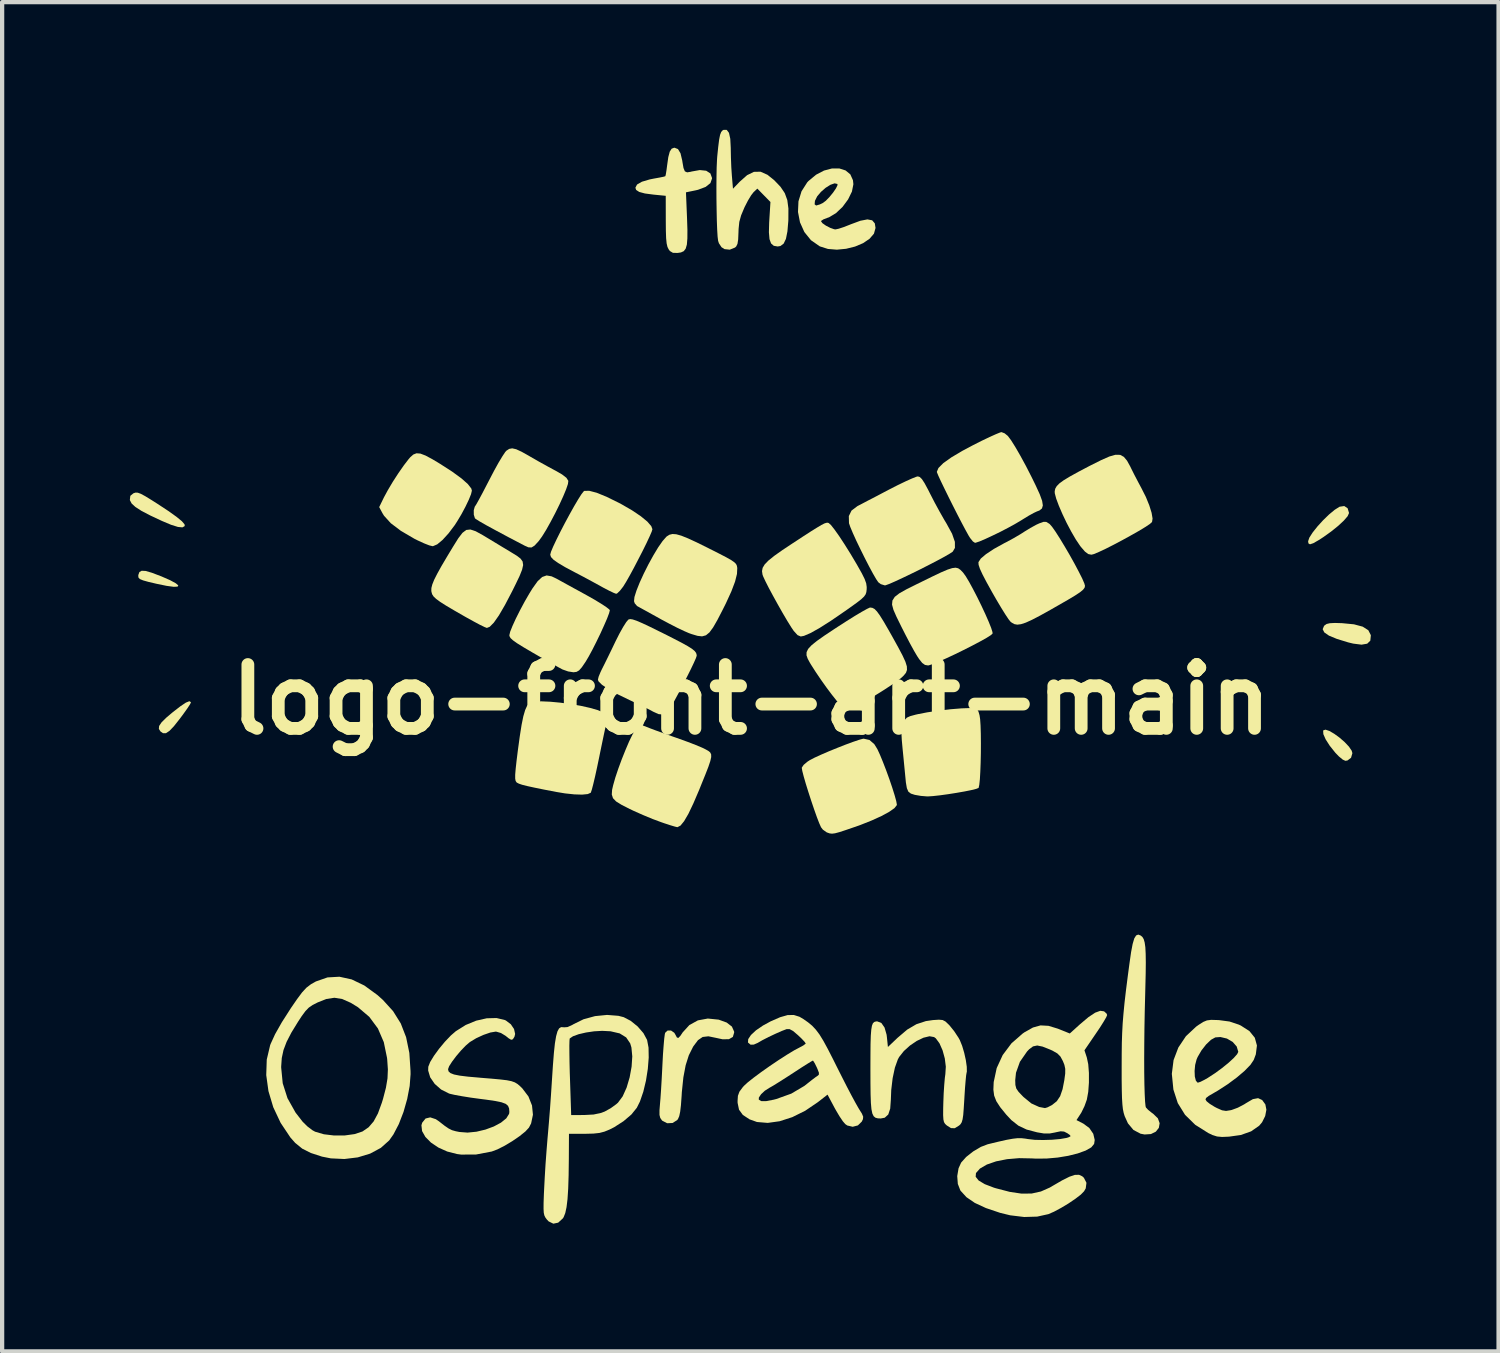
<source format=kicad_pcb>
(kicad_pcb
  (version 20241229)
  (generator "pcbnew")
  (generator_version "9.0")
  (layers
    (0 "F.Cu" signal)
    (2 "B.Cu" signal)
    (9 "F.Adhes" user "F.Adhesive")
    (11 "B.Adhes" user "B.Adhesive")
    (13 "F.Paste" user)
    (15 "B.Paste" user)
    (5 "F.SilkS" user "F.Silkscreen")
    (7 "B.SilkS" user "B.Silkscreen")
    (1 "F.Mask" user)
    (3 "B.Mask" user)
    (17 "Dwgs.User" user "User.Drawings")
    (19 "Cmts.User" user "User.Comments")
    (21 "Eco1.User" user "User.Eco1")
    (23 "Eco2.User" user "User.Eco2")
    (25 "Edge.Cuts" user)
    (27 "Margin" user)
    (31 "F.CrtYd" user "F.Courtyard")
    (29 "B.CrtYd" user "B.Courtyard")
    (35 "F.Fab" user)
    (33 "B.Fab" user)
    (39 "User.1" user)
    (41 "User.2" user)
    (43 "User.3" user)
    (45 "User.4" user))
  (footprint "logo-front-art-main"
    (layer "F.Cu")
    (at 14.593 13.379)
    (property "Reference" "logo-front-art-main" (at 0 0 0) (layer "F.SilkS") (effects (font (size 1.5 1.5) (thickness 0.3))))
    (attr board_only exclude_from_pos_files exclude_from_bom)
    (fp_poly (pts (xy -13.162 0.06) (xy -13.16 0.074) (xy -13.183 0.118) (xy -13.244 0.211) (xy -13.335 0.338) (xy -13.421 0.454) (xy -13.558 0.627) (xy -13.663 0.737) (xy -13.745 0.791) (xy -13.813 0.792) (xy -13.872 0.752) (xy -13.912 0.691) (xy -13.906 0.622) (xy -13.849 0.537) (xy -13.736 0.425) (xy -13.594 0.305) (xy -13.409 0.161) (xy -13.278 0.073) (xy -13.196 0.04)) (stroke (width 0) (type solid)) (fill yes) (layer "F.SilkS"))
    (fp_poly (pts (xy 13.58 0.739) (xy 13.695 0.806) (xy 13.82 0.897) (xy 13.939 1.001) (xy 14.039 1.107) (xy 14.103 1.202) (xy 14.12 1.26) (xy 14.088 1.369) (xy 14.005 1.432) (xy 13.955 1.44) (xy 13.894 1.412) (xy 13.804 1.338) (xy 13.719 1.25) (xy 13.588 1.086) (xy 13.492 0.936) (xy 13.438 0.814) (xy 13.433 0.732) (xy 13.437 0.725) (xy 13.489 0.708)) (stroke (width 0) (type solid)) (fill yes) (layer "F.SilkS"))
    (fp_poly (pts (xy -14.221 -3.019) (xy -14.076 -2.977) (xy -13.871 -2.899) (xy -13.857 -2.894) (xy -13.647 -2.802) (xy -13.513 -2.729) (xy -13.455 -2.679) (xy -13.473 -2.651) (xy -13.564 -2.647) (xy -13.729 -2.669) (xy -13.967 -2.718) (xy -13.967 -2.718) (xy -14.158 -2.763) (xy -14.283 -2.798) (xy -14.356 -2.828) (xy -14.389 -2.86) (xy -14.396 -2.901) (xy -14.393 -2.929) (xy -14.369 -2.994) (xy -14.315 -3.024)) (stroke (width 0) (type solid)) (fill yes) (layer "F.SilkS"))
    (fp_poly (pts (xy 13.877 -1.793) (xy 14.157 -1.766) (xy 14.362 -1.711) (xy 14.494 -1.627) (xy 14.552 -1.514) (xy 14.553 -1.502) (xy 14.541 -1.382) (xy 14.468 -1.311) (xy 14.335 -1.288) (xy 14.139 -1.313) (xy 14.02 -1.342) (xy 13.756 -1.423) (xy 13.57 -1.5) (xy 13.46 -1.576) (xy 13.422 -1.651) (xy 13.454 -1.728) (xy 13.467 -1.741) (xy 13.515 -1.774) (xy 13.591 -1.792) (xy 13.711 -1.798)) (stroke (width 0) (type solid)) (fill yes) (layer "F.SilkS"))
    (fp_poly (pts (xy 14.008 -4.492) (xy 14.04 -4.385) (xy 14.04 -4.377) (xy 14.008 -4.305) (xy 13.92 -4.203) (xy 13.787 -4.079) (xy 13.622 -3.946) (xy 13.436 -3.813) (xy 13.331 -3.745) (xy 13.202 -3.671) (xy 13.124 -3.645) (xy 13.088 -3.666) (xy 13.08 -3.716) (xy 13.109 -3.802) (xy 13.186 -3.922) (xy 13.298 -4.063) (xy 13.431 -4.209) (xy 13.571 -4.345) (xy 13.705 -4.456) (xy 13.818 -4.527) (xy 13.821 -4.528) (xy 13.929 -4.544)) (stroke (width 0) (type solid)) (fill yes) (layer "F.SilkS"))
    (fp_poly (pts (xy -14.406 -4.857) (xy -14.335 -4.831) (xy -14.233 -4.776) (xy -14.086 -4.686) (xy -13.952 -4.601) (xy -13.691 -4.429) (xy -13.499 -4.292) (xy -13.372 -4.188) (xy -13.309 -4.115) (xy -13.304 -4.074) (xy -13.358 -4.043) (xy -13.464 -4.053) (xy -13.626 -4.104) (xy -13.84 -4.194) (xy -14.115 -4.323) (xy -14.32 -4.43) (xy -14.463 -4.522) (xy -14.551 -4.603) (xy -14.59 -4.677) (xy -14.593 -4.692) (xy -14.582 -4.784) (xy -14.511 -4.842) (xy -14.505 -4.845) (xy -14.458 -4.86)) (stroke (width 0) (type solid)) (fill yes) (layer "F.SilkS"))
    (fp_poly (pts (xy -7.77 -5.776) (xy -7.649 -5.73) (xy -7.487 -5.643) (xy -7.307 -5.535) (xy -7.023 -5.352) (xy -6.805 -5.193) (xy -6.655 -5.06) (xy -6.574 -4.956) (xy -6.56 -4.906) (xy -6.58 -4.822) (xy -6.634 -4.689) (xy -6.712 -4.526) (xy -6.805 -4.352) (xy -6.905 -4.185) (xy -6.963 -4.095) (xy -7.11 -3.9) (xy -7.25 -3.747) (xy -7.374 -3.644) (xy -7.472 -3.602) (xy -7.484 -3.601) (xy -7.561 -3.62) (xy -7.686 -3.669) (xy -7.838 -3.739) (xy -7.908 -3.774) (xy -8.226 -3.96) (xy -8.464 -4.14) (xy -8.623 -4.315) (xy -8.66 -4.375) (xy -8.737 -4.519) (xy -8.625 -4.749) (xy -8.534 -4.917) (xy -8.417 -5.114) (xy -8.286 -5.316) (xy -8.157 -5.501) (xy -8.044 -5.648) (xy -8.005 -5.693) (xy -7.935 -5.754) (xy -7.861 -5.783)) (stroke (width 0) (type solid)) (fill yes) (layer "F.SilkS"))
    (fp_poly (pts (xy -6.471 -3.952) (xy -6.307 -3.862) (xy -6.196 -3.795) (xy -6.017 -3.687) (xy -5.832 -3.575) (xy -5.672 -3.479) (xy -5.628 -3.452) (xy -5.504 -3.376) (xy -5.418 -3.31) (xy -5.369 -3.242) (xy -5.356 -3.158) (xy -5.381 -3.048) (xy -5.441 -2.898) (xy -5.538 -2.696) (xy -5.616 -2.539) (xy -5.783 -2.22) (xy -5.925 -1.976) (xy -6.045 -1.805) (xy -6.141 -1.708) (xy -6.208 -1.681) (xy -6.26 -1.701) (xy -6.368 -1.753) (xy -6.514 -1.831) (xy -6.686 -1.926) (xy -6.718 -1.944) (xy -6.972 -2.09) (xy -7.165 -2.204) (xy -7.305 -2.293) (xy -7.4 -2.363) (xy -7.461 -2.421) (xy -7.494 -2.473) (xy -7.509 -2.527) (xy -7.513 -2.551) (xy -7.511 -2.619) (xy -7.49 -2.702) (xy -7.447 -2.81) (xy -7.376 -2.951) (xy -7.274 -3.135) (xy -7.135 -3.37) (xy -7.002 -3.59) (xy -6.881 -3.784) (xy -6.783 -3.913) (xy -6.693 -3.982) (xy -6.595 -3.993)) (stroke (width 0) (type solid)) (fill yes) (layer "F.SilkS"))
    (fp_poly (pts (xy 8.665 -5.746) (xy 8.752 -5.699) (xy 8.828 -5.608) (xy 8.904 -5.47) (xy 8.928 -5.42) (xy 8.999 -5.278) (xy 9.089 -5.106) (xy 9.167 -4.96) (xy 9.27 -4.756) (xy 9.35 -4.559) (xy 9.404 -4.385) (xy 9.427 -4.249) (xy 9.414 -4.168) (xy 9.361 -4.121) (xy 9.251 -4.048) (xy 9.097 -3.955) (xy 8.913 -3.851) (xy 8.715 -3.742) (xy 8.515 -3.636) (xy 8.328 -3.541) (xy 8.168 -3.466) (xy 8.05 -3.416) (xy 7.991 -3.401) (xy 7.916 -3.416) (xy 7.839 -3.474) (xy 7.743 -3.585) (xy 7.724 -3.61) (xy 7.625 -3.757) (xy 7.518 -3.941) (xy 7.41 -4.145) (xy 7.311 -4.353) (xy 7.226 -4.55) (xy 7.163 -4.719) (xy 7.13 -4.845) (xy 7.128 -4.889) (xy 7.141 -4.952) (xy 7.176 -5.012) (xy 7.239 -5.076) (xy 7.339 -5.149) (xy 7.486 -5.238) (xy 7.687 -5.349) (xy 7.951 -5.488) (xy 7.973 -5.499) (xy 8.221 -5.623) (xy 8.411 -5.707) (xy 8.555 -5.748)) (stroke (width 0) (type solid)) (fill yes) (layer "F.SilkS"))
    (fp_poly (pts (xy -2.376 0.676) (xy -2.24 0.727) (xy -2.056 0.794) (xy -1.848 0.868) (xy -1.68 0.927) (xy -1.484 0.998) (xy -1.301 1.069) (xy -1.152 1.131) (xy -1.067 1.173) (xy -1.007 1.207) (xy -0.964 1.242) (xy -0.941 1.287) (xy -0.939 1.351) (xy -0.96 1.445) (xy -1.005 1.579) (xy -1.077 1.764) (xy -1.176 2.008) (xy -1.221 2.12) (xy -1.358 2.44) (xy -1.475 2.685) (xy -1.576 2.858) (xy -1.66 2.961) (xy -1.731 2.998) (xy -1.737 2.998) (xy -1.792 2.985) (xy -1.903 2.952) (xy -2.049 2.904) (xy -2.12 2.879) (xy -2.311 2.808) (xy -2.536 2.715) (xy -2.759 2.616) (xy -2.852 2.572) (xy -3.044 2.474) (xy -3.173 2.394) (xy -3.246 2.318) (xy -3.274 2.232) (xy -3.267 2.122) (xy -3.242 2.013) (xy -3.191 1.833) (xy -3.121 1.624) (xy -3.039 1.401) (xy -2.952 1.184) (xy -2.868 0.987) (xy -2.792 0.83) (xy -2.733 0.729) (xy -2.725 0.719) (xy -2.612 0.584)) (stroke (width 0) (type solid)) (fill yes) (layer "F.SilkS"))
    (fp_poly (pts (xy -5.52 -5.878) (xy -5.392 -5.819) (xy -5.215 -5.72) (xy -5.194 -5.707) (xy -5.006 -5.599) (xy -4.797 -5.483) (xy -4.611 -5.382) (xy -4.609 -5.382) (xy -4.442 -5.286) (xy -4.34 -5.207) (xy -4.296 -5.137) (xy -4.295 -5.133) (xy -4.304 -5.062) (xy -4.347 -4.936) (xy -4.416 -4.77) (xy -4.504 -4.578) (xy -4.605 -4.373) (xy -4.712 -4.17) (xy -4.816 -3.984) (xy -4.912 -3.829) (xy -4.992 -3.719) (xy -4.993 -3.718) (xy -5.088 -3.615) (xy -5.161 -3.57) (xy -5.236 -3.575) (xy -5.32 -3.613) (xy -5.691 -3.807) (xy -5.992 -3.968) (xy -6.223 -4.094) (xy -6.382 -4.185) (xy -6.471 -4.241) (xy -6.489 -4.257) (xy -6.515 -4.34) (xy -6.516 -4.446) (xy -6.492 -4.53) (xy -6.483 -4.542) (xy -6.453 -4.589) (xy -6.394 -4.695) (xy -6.313 -4.846) (xy -6.217 -5.031) (xy -6.143 -5.173) (xy -6.036 -5.378) (xy -5.934 -5.562) (xy -5.845 -5.71) (xy -5.778 -5.811) (xy -5.75 -5.843) (xy -5.684 -5.886) (xy -5.612 -5.899)) (stroke (width 0) (type solid)) (fill yes) (layer "F.SilkS"))
    (fp_poly (pts (xy -3.629 -4.856) (xy -3.396 -4.761) (xy -3.11 -4.62) (xy -3.04 -4.583) (xy -2.795 -4.441) (xy -2.592 -4.304) (xy -2.44 -4.179) (xy -2.347 -4.072) (xy -2.32 -3.999) (xy -2.338 -3.94) (xy -2.388 -3.825) (xy -2.461 -3.669) (xy -2.552 -3.485) (xy -2.653 -3.289) (xy -2.755 -3.093) (xy -2.853 -2.912) (xy -2.939 -2.761) (xy -3.006 -2.653) (xy -3.008 -2.65) (xy -3.083 -2.554) (xy -3.147 -2.493) (xy -3.172 -2.483) (xy -3.226 -2.503) (xy -3.332 -2.553) (xy -3.47 -2.625) (xy -3.54 -2.664) (xy -3.728 -2.767) (xy -3.932 -2.877) (xy -4.113 -2.972) (xy -4.138 -2.985) (xy -4.369 -3.108) (xy -4.535 -3.206) (xy -4.643 -3.283) (xy -4.702 -3.346) (xy -4.72 -3.401) (xy -4.72 -3.401) (xy -4.702 -3.47) (xy -4.651 -3.592) (xy -4.575 -3.753) (xy -4.481 -3.942) (xy -4.376 -4.144) (xy -4.267 -4.346) (xy -4.162 -4.534) (xy -4.066 -4.697) (xy -3.988 -4.82) (xy -3.934 -4.889) (xy -3.919 -4.9) (xy -3.804 -4.902)) (stroke (width 0) (type solid)) (fill yes) (layer "F.SilkS"))
    (fp_poly (pts (xy 2.846 -2.153) (xy 2.897 -2.126) (xy 2.953 -2.069) (xy 3.022 -1.974) (xy 3.11 -1.833) (xy 3.225 -1.635) (xy 3.313 -1.479) (xy 3.453 -1.226) (xy 3.555 -1.033) (xy 3.622 -0.887) (xy 3.656 -0.778) (xy 3.659 -0.695) (xy 3.635 -0.628) (xy 3.585 -0.566) (xy 3.532 -0.515) (xy 3.431 -0.436) (xy 3.284 -0.333) (xy 3.106 -0.217) (xy 2.915 -0.098) (xy 2.727 0.014) (xy 2.558 0.108) (xy 2.427 0.174) (xy 2.364 0.199) (xy 2.22 0.207) (xy 2.155 0.185) (xy 2.1 0.136) (xy 2.01 0.033) (xy 1.897 -0.11) (xy 1.77 -0.279) (xy 1.64 -0.462) (xy 1.516 -0.645) (xy 1.408 -0.814) (xy 1.38 -0.86) (xy 1.328 -0.956) (xy 1.299 -1.038) (xy 1.301 -1.113) (xy 1.338 -1.189) (xy 1.418 -1.275) (xy 1.546 -1.378) (xy 1.729 -1.507) (xy 1.972 -1.668) (xy 2.027 -1.704) (xy 2.24 -1.841) (xy 2.433 -1.962) (xy 2.596 -2.059) (xy 2.718 -2.127) (xy 2.786 -2.159) (xy 2.794 -2.16)) (stroke (width 0) (type solid)) (fill yes) (layer "F.SilkS"))
    (fp_poly (pts (xy 4.861 -3.082) (xy 4.913 -3.046) (xy 4.967 -2.991) (xy 4.977 -2.98) (xy 5.037 -2.898) (xy 5.117 -2.765) (xy 5.209 -2.596) (xy 5.309 -2.403) (xy 5.408 -2.201) (xy 5.5 -2.004) (xy 5.578 -1.826) (xy 5.636 -1.681) (xy 5.667 -1.582) (xy 5.669 -1.548) (xy 5.625 -1.509) (xy 5.522 -1.444) (xy 5.373 -1.361) (xy 5.191 -1.265) (xy 4.99 -1.163) (xy 4.784 -1.062) (xy 4.585 -0.969) (xy 4.409 -0.89) (xy 4.267 -0.833) (xy 4.174 -0.803) (xy 4.153 -0.8) (xy 4.082 -0.812) (xy 4.018 -0.857) (xy 3.944 -0.95) (xy 3.897 -1.021) (xy 3.825 -1.143) (xy 3.731 -1.314) (xy 3.626 -1.515) (xy 3.521 -1.722) (xy 3.51 -1.745) (xy 3.41 -1.948) (xy 3.341 -2.106) (xy 3.308 -2.228) (xy 3.317 -2.325) (xy 3.372 -2.411) (xy 3.479 -2.494) (xy 3.644 -2.587) (xy 3.872 -2.701) (xy 4.001 -2.764) (xy 4.262 -2.892) (xy 4.462 -2.987) (xy 4.612 -3.051) (xy 4.721 -3.086) (xy 4.801 -3.096)) (stroke (width 0) (type solid)) (fill yes) (layer "F.SilkS"))
    (fp_poly (pts (xy -4.72 0.052) (xy -4.486 0.074) (xy -4.24 0.107) (xy -3.999 0.149) (xy -3.781 0.198) (xy -3.6 0.25) (xy -3.475 0.304) (xy -3.439 0.329) (xy -3.38 0.415) (xy -3.38 0.474) (xy -3.396 0.532) (xy -3.424 0.656) (xy -3.462 0.832) (xy -3.507 1.048) (xy -3.557 1.29) (xy -3.567 1.34) (xy -3.618 1.585) (xy -3.666 1.805) (xy -3.709 1.986) (xy -3.743 2.117) (xy -3.766 2.185) (xy -3.769 2.19) (xy -3.839 2.221) (xy -3.972 2.234) (xy -4.155 2.228) (xy -4.373 2.205) (xy -4.56 2.174) (xy -4.859 2.117) (xy -5.089 2.07) (xy -5.259 2.033) (xy -5.378 2.003) (xy -5.455 1.977) (xy -5.501 1.953) (xy -5.514 1.942) (xy -5.533 1.911) (xy -5.543 1.857) (xy -5.543 1.768) (xy -5.532 1.633) (xy -5.511 1.442) (xy -5.481 1.2) (xy -5.435 0.863) (xy -5.393 0.597) (xy -5.352 0.395) (xy -5.309 0.248) (xy -5.264 0.149) (xy -5.213 0.09) (xy -5.191 0.075) (xy -5.089 0.05) (xy -4.927 0.043)) (stroke (width 0) (type solid)) (fill yes) (layer "F.SilkS"))
    (fp_poly (pts (xy -4.688 -2.893) (xy -4.582 -2.843) (xy -4.489 -2.792) (xy -4.344 -2.712) (xy -4.162 -2.612) (xy -3.961 -2.502) (xy -3.87 -2.452) (xy -3.682 -2.346) (xy -3.521 -2.248) (xy -3.4 -2.168) (xy -3.331 -2.113) (xy -3.32 -2.095) (xy -3.338 -2.026) (xy -3.385 -1.901) (xy -3.456 -1.738) (xy -3.541 -1.551) (xy -3.635 -1.357) (xy -3.729 -1.171) (xy -3.816 -1.01) (xy -3.887 -0.89) (xy -3.976 -0.759) (xy -4.042 -0.684) (xy -4.102 -0.649) (xy -4.172 -0.64) (xy -4.176 -0.64) (xy -4.299 -0.659) (xy -4.43 -0.705) (xy -4.442 -0.711) (xy -4.525 -0.756) (xy -4.661 -0.831) (xy -4.835 -0.93) (xy -5.03 -1.042) (xy -5.131 -1.1) (xy -5.343 -1.225) (xy -5.495 -1.319) (xy -5.595 -1.39) (xy -5.653 -1.443) (xy -5.677 -1.488) (xy -5.68 -1.51) (xy -5.661 -1.592) (xy -5.607 -1.727) (xy -5.528 -1.9) (xy -5.43 -2.095) (xy -5.322 -2.297) (xy -5.21 -2.491) (xy -5.137 -2.609) (xy -5.016 -2.778) (xy -4.91 -2.877) (xy -4.805 -2.914)) (stroke (width 0) (type solid)) (fill yes) (layer "F.SilkS"))
    (fp_poly (pts (xy -2.782 -1.88) (xy -2.692 -1.85) (xy -2.561 -1.794) (xy -2.38 -1.709) (xy -2.139 -1.59) (xy -2.111 -1.577) (xy -1.844 -1.442) (xy -1.641 -1.337) (xy -1.493 -1.255) (xy -1.391 -1.191) (xy -1.328 -1.139) (xy -1.294 -1.094) (xy -1.281 -1.049) (xy -1.28 -1.027) (xy -1.298 -0.972) (xy -1.347 -0.861) (xy -1.42 -0.708) (xy -1.51 -0.528) (xy -1.609 -0.336) (xy -1.709 -0.145) (xy -1.804 0.031) (xy -1.885 0.177) (xy -1.947 0.278) (xy -1.969 0.31) (xy -2.054 0.355) (xy -2.176 0.343) (xy -2.3 0.287) (xy -2.385 0.241) (xy -2.522 0.172) (xy -2.692 0.09) (xy -2.84 0.021) (xy -3.129 -0.119) (xy -3.351 -0.242) (xy -3.505 -0.346) (xy -3.587 -0.428) (xy -3.6 -0.467) (xy -3.583 -0.537) (xy -3.538 -0.646) (xy -3.505 -0.715) (xy -3.45 -0.824) (xy -3.371 -0.984) (xy -3.279 -1.173) (xy -3.185 -1.369) (xy -3.094 -1.549) (xy -3.008 -1.703) (xy -2.935 -1.818) (xy -2.885 -1.877) (xy -2.881 -1.879) (xy -2.842 -1.889)) (stroke (width 0) (type solid)) (fill yes) (layer "F.SilkS"))
    (fp_poly (pts (xy 2.779 0.951) (xy 2.892 1.05) (xy 2.963 1.165) (xy 3.025 1.299) (xy 3.096 1.472) (xy 3.172 1.669) (xy 3.246 1.873) (xy 3.313 2.071) (xy 3.368 2.246) (xy 3.406 2.383) (xy 3.421 2.467) (xy 3.42 2.481) (xy 3.364 2.552) (xy 3.241 2.638) (xy 3.061 2.736) (xy 2.835 2.839) (xy 2.572 2.944) (xy 2.425 2.996) (xy 2.218 3.067) (xy 2.071 3.115) (xy 1.97 3.142) (xy 1.899 3.151) (xy 1.844 3.145) (xy 1.789 3.126) (xy 1.773 3.12) (xy 1.683 3.056) (xy 1.64 3) (xy 1.598 2.906) (xy 1.542 2.761) (xy 1.478 2.58) (xy 1.41 2.379) (xy 1.343 2.173) (xy 1.282 1.977) (xy 1.233 1.807) (xy 1.2 1.678) (xy 1.188 1.606) (xy 1.189 1.599) (xy 1.233 1.534) (xy 1.324 1.458) (xy 1.377 1.424) (xy 1.486 1.367) (xy 1.641 1.296) (xy 1.826 1.216) (xy 2.025 1.135) (xy 2.221 1.058) (xy 2.398 0.993) (xy 2.54 0.945) (xy 2.629 0.921) (xy 2.643 0.92)) (stroke (width 0) (type solid)) (fill yes) (layer "F.SilkS"))
    (fp_poly (pts (xy 5.952 -6.252) (xy 6.028 -6.19) (xy 6.103 -6.09) (xy 6.203 -5.931) (xy 6.322 -5.725) (xy 6.452 -5.486) (xy 6.585 -5.226) (xy 6.68 -5.032) (xy 6.777 -4.82) (xy 6.833 -4.666) (xy 6.85 -4.558) (xy 6.829 -4.487) (xy 6.769 -4.439) (xy 6.713 -4.418) (xy 6.638 -4.383) (xy 6.52 -4.318) (xy 6.381 -4.233) (xy 6.353 -4.215) (xy 6.215 -4.133) (xy 6.045 -4.039) (xy 5.859 -3.942) (xy 5.672 -3.851) (xy 5.502 -3.772) (xy 5.364 -3.713) (xy 5.274 -3.683) (xy 5.256 -3.68) (xy 5.207 -3.712) (xy 5.141 -3.794) (xy 5.106 -3.85) (xy 5.032 -3.984) (xy 4.941 -4.155) (xy 4.839 -4.352) (xy 4.733 -4.561) (xy 4.629 -4.769) (xy 4.534 -4.963) (xy 4.453 -5.131) (xy 4.394 -5.259) (xy 4.363 -5.335) (xy 4.36 -5.348) (xy 4.398 -5.438) (xy 4.512 -5.552) (xy 4.7 -5.686) (xy 4.961 -5.841) (xy 5.215 -5.976) (xy 5.417 -6.078) (xy 5.599 -6.165) (xy 5.746 -6.231) (xy 5.844 -6.271) (xy 5.878 -6.28)) (stroke (width 0) (type solid)) (fill yes) (layer "F.SilkS"))
    (fp_poly (pts (xy 1.82 -4.145) (xy 1.872 -4.099) (xy 1.956 -3.993) (xy 2.066 -3.838) (xy 2.194 -3.643) (xy 2.334 -3.419) (xy 2.479 -3.175) (xy 2.496 -3.145) (xy 2.599 -2.962) (xy 2.665 -2.829) (xy 2.701 -2.728) (xy 2.713 -2.643) (xy 2.712 -2.588) (xy 2.705 -2.524) (xy 2.688 -2.471) (xy 2.651 -2.418) (xy 2.585 -2.355) (xy 2.478 -2.272) (xy 2.322 -2.16) (xy 2.2 -2.074) (xy 1.875 -1.851) (xy 1.606 -1.68) (xy 1.394 -1.561) (xy 1.24 -1.495) (xy 1.164 -1.48) (xy 1.089 -1.512) (xy 0.999 -1.611) (xy 0.945 -1.69) (xy 0.847 -1.848) (xy 0.737 -2.035) (xy 0.623 -2.236) (xy 0.512 -2.437) (xy 0.412 -2.623) (xy 0.333 -2.779) (xy 0.281 -2.891) (xy 0.266 -2.932) (xy 0.254 -3.015) (xy 0.269 -3.093) (xy 0.317 -3.173) (xy 0.406 -3.265) (xy 0.543 -3.375) (xy 0.735 -3.511) (xy 0.96 -3.66) (xy 1.21 -3.824) (xy 1.402 -3.948) (xy 1.545 -4.037) (xy 1.647 -4.098) (xy 1.717 -4.134) (xy 1.765 -4.15) (xy 1.798 -4.152)) (stroke (width 0) (type solid)) (fill yes) (layer "F.SilkS"))
    (fp_poly (pts (xy 3.959 -5.226) (xy 4.01 -5.176) (xy 4.072 -5.081) (xy 4.155 -4.927) (xy 4.204 -4.83) (xy 4.309 -4.626) (xy 4.425 -4.413) (xy 4.534 -4.221) (xy 4.588 -4.131) (xy 4.718 -3.893) (xy 4.784 -3.703) (xy 4.785 -3.56) (xy 4.734 -3.473) (xy 4.667 -3.428) (xy 4.545 -3.357) (xy 4.38 -3.268) (xy 4.186 -3.167) (xy 3.976 -3.06) (xy 3.764 -2.956) (xy 3.562 -2.859) (xy 3.386 -2.777) (xy 3.247 -2.716) (xy 3.159 -2.684) (xy 3.14 -2.68) (xy 3.045 -2.709) (xy 2.986 -2.753) (xy 2.936 -2.826) (xy 2.86 -2.957) (xy 2.768 -3.128) (xy 2.666 -3.326) (xy 2.564 -3.532) (xy 2.467 -3.733) (xy 2.386 -3.912) (xy 2.327 -4.053) (xy 2.297 -4.14) (xy 2.297 -4.142) (xy 2.293 -4.308) (xy 2.356 -4.437) (xy 2.492 -4.54) (xy 2.506 -4.548) (xy 2.595 -4.594) (xy 2.737 -4.669) (xy 2.919 -4.763) (xy 3.122 -4.87) (xy 3.244 -4.934) (xy 3.446 -5.037) (xy 3.629 -5.125) (xy 3.778 -5.192) (xy 3.879 -5.232) (xy 3.914 -5.24)) (stroke (width 0) (type solid)) (fill yes) (layer "F.SilkS"))
    (fp_poly (pts (xy -1.76 -3.881) (xy -1.642 -3.848) (xy -1.485 -3.785) (xy -1.279 -3.69) (xy -1.014 -3.559) (xy -0.987 -3.545) (xy -0.757 -3.429) (xy -0.589 -3.342) (xy -0.473 -3.276) (xy -0.398 -3.225) (xy -0.356 -3.183) (xy -0.336 -3.141) (xy -0.328 -3.094) (xy -0.327 -3.088) (xy -0.334 -2.949) (xy -0.379 -2.769) (xy -0.465 -2.541) (xy -0.594 -2.259) (xy -0.667 -2.113) (xy -0.792 -1.871) (xy -0.893 -1.695) (xy -0.98 -1.576) (xy -1.063 -1.508) (xy -1.153 -1.483) (xy -1.26 -1.495) (xy -1.395 -1.535) (xy -1.46 -1.558) (xy -1.571 -1.606) (xy -1.732 -1.682) (xy -1.921 -1.779) (xy -2.118 -1.884) (xy -2.14 -1.897) (xy -2.321 -1.997) (xy -2.48 -2.085) (xy -2.602 -2.152) (xy -2.672 -2.191) (xy -2.68 -2.195) (xy -2.736 -2.26) (xy -2.752 -2.309) (xy -2.742 -2.407) (xy -2.695 -2.557) (xy -2.62 -2.745) (xy -2.524 -2.955) (xy -2.415 -3.172) (xy -2.299 -3.383) (xy -2.186 -3.571) (xy -2.081 -3.722) (xy -1.993 -3.822) (xy -1.981 -3.832) (xy -1.92 -3.87) (xy -1.849 -3.887)) (stroke (width 0) (type solid)) (fill yes) (layer "F.SilkS"))
    (fp_poly (pts (xy 5.243 0.204) (xy 5.305 0.226) (xy 5.339 0.287) (xy 5.363 0.37) (xy 5.377 0.463) (xy 5.387 0.613) (xy 5.393 0.805) (xy 5.395 1.024) (xy 5.394 1.256) (xy 5.389 1.484) (xy 5.381 1.695) (xy 5.371 1.873) (xy 5.357 2.004) (xy 5.342 2.073) (xy 5.338 2.078) (xy 5.284 2.099) (xy 5.168 2.128) (xy 5.008 2.16) (xy 4.82 2.193) (xy 4.624 2.224) (xy 4.435 2.25) (xy 4.272 2.268) (xy 4.153 2.276) (xy 4.131 2.276) (xy 3.986 2.264) (xy 3.847 2.24) (xy 3.845 2.24) (xy 3.751 2.21) (xy 3.691 2.164) (xy 3.656 2.082) (xy 3.633 1.947) (xy 3.625 1.864) (xy 3.611 1.721) (xy 3.592 1.526) (xy 3.571 1.311) (xy 3.556 1.16) (xy 3.537 0.952) (xy 3.529 0.804) (xy 3.533 0.699) (xy 3.549 0.617) (xy 3.571 0.554) (xy 3.609 0.477) (xy 3.656 0.426) (xy 3.733 0.391) (xy 3.862 0.356) (xy 3.915 0.344) (xy 4.137 0.301) (xy 4.402 0.262) (xy 4.68 0.229) (xy 4.939 0.208) (xy 5.128 0.201)) (stroke (width 0) (type solid)) (fill yes) (layer "F.SilkS"))
    (fp_poly (pts (xy 6.931 -4.171) (xy 6.999 -4.129) (xy 7.012 -4.119) (xy 7.067 -4.056) (xy 7.15 -3.938) (xy 7.252 -3.778) (xy 7.365 -3.591) (xy 7.482 -3.391) (xy 7.594 -3.19) (xy 7.693 -3.003) (xy 7.773 -2.845) (xy 7.824 -2.727) (xy 7.84 -2.669) (xy 7.83 -2.625) (xy 7.794 -2.578) (xy 7.723 -2.519) (xy 7.605 -2.441) (xy 7.431 -2.337) (xy 7.33 -2.279) (xy 7.028 -2.106) (xy 6.787 -1.972) (xy 6.597 -1.873) (xy 6.45 -1.806) (xy 6.337 -1.769) (xy 6.251 -1.758) (xy 6.182 -1.77) (xy 6.122 -1.803) (xy 6.088 -1.83) (xy 6.043 -1.887) (xy 5.967 -2.001) (xy 5.869 -2.159) (xy 5.756 -2.349) (xy 5.661 -2.515) (xy 5.527 -2.757) (xy 5.432 -2.939) (xy 5.371 -3.072) (xy 5.341 -3.163) (xy 5.337 -3.221) (xy 5.338 -3.227) (xy 5.393 -3.311) (xy 5.517 -3.416) (xy 5.704 -3.539) (xy 5.948 -3.674) (xy 5.997 -3.699) (xy 6.162 -3.788) (xy 6.338 -3.892) (xy 6.417 -3.943) (xy 6.556 -4.028) (xy 6.694 -4.104) (xy 6.766 -4.137) (xy 6.866 -4.173)) (stroke (width 0) (type solid)) (fill yes) (layer "F.SilkS"))
    (fp_poly (pts (xy -0.764 7.519) (xy -0.763 7.519) (xy -0.576 7.587) (xy -0.453 7.682) (xy -0.401 7.799) (xy -0.4 7.822) (xy -0.431 7.925) (xy -0.523 7.978) (xy -0.673 7.98) (xy -0.826 7.947) (xy -1.005 7.91) (xy -1.14 7.926) (xy -1.25 8.001) (xy -1.358 8.145) (xy -1.367 8.16) (xy -1.465 8.356) (xy -1.539 8.589) (xy -1.593 8.874) (xy -1.629 9.222) (xy -1.634 9.308) (xy -1.65 9.528) (xy -1.668 9.682) (xy -1.69 9.785) (xy -1.719 9.852) (xy -1.738 9.878) (xy -1.847 9.946) (xy -1.973 9.952) (xy -2.086 9.894) (xy -2.099 9.881) (xy -2.136 9.827) (xy -2.154 9.757) (xy -2.154 9.649) (xy -2.143 9.511) (xy -2.131 9.368) (xy -2.117 9.166) (xy -2.103 8.93) (xy -2.09 8.68) (xy -2.084 8.56) (xy -2.072 8.334) (xy -2.057 8.132) (xy -2.043 7.969) (xy -2.029 7.862) (xy -2.021 7.828) (xy -1.963 7.774) (xy -1.882 7.775) (xy -1.807 7.827) (xy -1.781 7.87) (xy -1.745 7.938) (xy -1.711 7.949) (xy -1.663 7.899) (xy -1.609 7.818) (xy -1.452 7.646) (xy -1.252 7.536) (xy -1.019 7.493)) (stroke (width 0) (type solid)) (fill yes) (layer "F.SilkS"))
    (fp_poly (pts (xy 9.149 5.544) (xy 9.188 5.577) (xy 9.219 5.629) (xy 9.241 5.706) (xy 9.257 5.817) (xy 9.265 5.972) (xy 9.268 6.178) (xy 9.265 6.443) (xy 9.257 6.776) (xy 9.253 6.94) (xy 9.243 7.33) (xy 9.236 7.716) (xy 9.232 8.088) (xy 9.23 8.439) (xy 9.231 8.758) (xy 9.235 9.038) (xy 9.242 9.269) (xy 9.251 9.443) (xy 9.262 9.552) (xy 9.271 9.582) (xy 9.321 9.636) (xy 9.41 9.708) (xy 9.44 9.729) (xy 9.551 9.836) (xy 9.593 9.951) (xy 9.574 10.06) (xy 9.504 10.149) (xy 9.389 10.206) (xy 9.24 10.216) (xy 9.145 10.198) (xy 8.978 10.11) (xy 8.848 9.954) (xy 8.771 9.784) (xy 8.748 9.708) (xy 8.73 9.62) (xy 8.718 9.509) (xy 8.709 9.364) (xy 8.704 9.174) (xy 8.701 8.926) (xy 8.701 8.62) (xy 8.702 8.322) (xy 8.705 8.063) (xy 8.713 7.829) (xy 8.725 7.603) (xy 8.744 7.371) (xy 8.769 7.116) (xy 8.803 6.824) (xy 8.847 6.479) (xy 8.884 6.201) (xy 8.922 5.935) (xy 8.959 5.741) (xy 8.997 5.612) (xy 9.04 5.542) (xy 9.09 5.521)) (stroke (width 0) (type solid)) (fill yes) (layer "F.SilkS"))
    (fp_poly (pts (xy -1.72 -12.928) (xy -1.66 -12.828) (xy -1.619 -12.655) (xy -1.615 -12.626) (xy -1.59 -12.483) (xy -1.558 -12.405) (xy -1.505 -12.381) (xy -1.418 -12.395) (xy -1.398 -12.401) (xy -1.207 -12.435) (xy -1.057 -12.419) (xy -0.959 -12.356) (xy -0.92 -12.249) (xy -0.92 -12.237) (xy -0.958 -12.128) (xy -1.07 -12.039) (xy -1.248 -11.972) (xy -1.303 -11.959) (xy -1.532 -11.912) (xy -1.507 -11.306) (xy -1.498 -11.033) (xy -1.499 -10.829) (xy -1.511 -10.684) (xy -1.539 -10.588) (xy -1.584 -10.53) (xy -1.65 -10.5) (xy -1.729 -10.488) (xy -1.839 -10.491) (xy -1.909 -10.533) (xy -1.94 -10.575) (xy -1.967 -10.631) (xy -1.986 -10.713) (xy -1.998 -10.834) (xy -2.004 -11.008) (xy -2.006 -11.248) (xy -2.006 -11.252) (xy -2.007 -11.83) (xy -2.292 -11.858) (xy -2.497 -11.885) (xy -2.63 -11.921) (xy -2.702 -11.968) (xy -2.72 -12.02) (xy -2.681 -12.095) (xy -2.567 -12.161) (xy -2.384 -12.215) (xy -2.284 -12.235) (xy -2.151 -12.259) (xy -2.054 -12.279) (xy -2.016 -12.291) (xy -2.005 -12.335) (xy -1.989 -12.434) (xy -1.975 -12.542) (xy -1.947 -12.739) (xy -1.913 -12.867) (xy -1.868 -12.937) (xy -1.807 -12.96) (xy -1.802 -12.96)) (stroke (width 0) (type solid)) (fill yes) (layer "F.SilkS"))
    (fp_poly (pts (xy 2.216 -12.426) (xy 2.328 -12.334) (xy 2.39 -12.196) (xy 2.4 -12.102) (xy 2.366 -11.93) (xy 2.276 -11.746) (xy 2.146 -11.57) (xy 1.991 -11.423) (xy 1.829 -11.326) (xy 1.791 -11.313) (xy 1.695 -11.276) (xy 1.643 -11.241) (xy 1.64 -11.233) (xy 1.673 -11.187) (xy 1.754 -11.13) (xy 1.855 -11.078) (xy 1.948 -11.045) (xy 1.98 -11.041) (xy 2.055 -11.057) (xy 2.177 -11.097) (xy 2.322 -11.154) (xy 2.339 -11.161) (xy 2.563 -11.244) (xy 2.729 -11.276) (xy 2.841 -11.255) (xy 2.903 -11.183) (xy 2.92 -11.075) (xy 2.883 -10.941) (xy 2.78 -10.821) (xy 2.628 -10.718) (xy 2.439 -10.638) (xy 2.229 -10.586) (xy 2.012 -10.565) (xy 1.803 -10.582) (xy 1.617 -10.641) (xy 1.608 -10.645) (xy 1.403 -10.788) (xy 1.248 -10.98) (xy 1.146 -11.207) (xy 1.099 -11.451) (xy 1.107 -11.629) (xy 1.49 -11.629) (xy 1.526 -11.602) (xy 1.613 -11.628) (xy 1.68 -11.66) (xy 1.754 -11.715) (xy 1.84 -11.804) (xy 1.924 -11.907) (xy 1.991 -12.005) (xy 2.027 -12.08) (xy 2.026 -12.108) (xy 1.959 -12.123) (xy 1.861 -12.089) (xy 1.748 -12.018) (xy 1.639 -11.923) (xy 1.55 -11.818) (xy 1.499 -11.716) (xy 1.497 -11.71) (xy 1.49 -11.629) (xy 1.107 -11.629) (xy 1.11 -11.7) (xy 1.182 -11.936) (xy 1.316 -12.146) (xy 1.346 -12.178) (xy 1.523 -12.325) (xy 1.71 -12.423) (xy 1.896 -12.472) (xy 2.069 -12.473)) (stroke (width 0) (type solid)) (fill yes) (layer "F.SilkS"))
    (fp_poly (pts (xy -0.574 -13.378) (xy -0.522 -13.309) (xy -0.491 -13.168) (xy -0.48 -12.952) (xy -0.48 -12.938) (xy -0.476 -12.728) (xy -0.467 -12.497) (xy -0.454 -12.304) (xy -0.428 -11.996) (xy -0.27 -12.161) (xy -0.096 -12.315) (xy 0.064 -12.393) (xy 0.22 -12.396) (xy 0.382 -12.324) (xy 0.541 -12.196) (xy 0.689 -12.041) (xy 0.789 -11.892) (xy 0.848 -11.73) (xy 0.874 -11.533) (xy 0.873 -11.281) (xy 0.872 -11.243) (xy 0.851 -10.995) (xy 0.816 -10.819) (xy 0.762 -10.707) (xy 0.687 -10.651) (xy 0.621 -10.64) (xy 0.53 -10.656) (xy 0.467 -10.711) (xy 0.43 -10.813) (xy 0.416 -10.973) (xy 0.422 -11.201) (xy 0.425 -11.252) (xy 0.452 -11.685) (xy 0.298 -11.842) (xy 0.144 -11.999) (xy 0.057 -11.917) (xy -0.002 -11.841) (xy -0.077 -11.717) (xy -0.153 -11.569) (xy -0.162 -11.549) (xy -0.237 -11.37) (xy -0.279 -11.218) (xy -0.296 -11.052) (xy -0.299 -10.967) (xy -0.306 -10.804) (xy -0.322 -10.702) (xy -0.352 -10.641) (xy -0.38 -10.615) (xy -0.503 -10.565) (xy -0.627 -10.578) (xy -0.697 -10.623) (xy -0.758 -10.715) (xy -0.777 -10.773) (xy -0.789 -10.872) (xy -0.799 -11.035) (xy -0.807 -11.248) (xy -0.812 -11.493) (xy -0.816 -11.757) (xy -0.817 -12.022) (xy -0.815 -12.274) (xy -0.811 -12.496) (xy -0.803 -12.674) (xy -0.798 -12.749) (xy -0.774 -12.983) (xy -0.753 -13.15) (xy -0.731 -13.261) (xy -0.705 -13.329) (xy -0.673 -13.366) (xy -0.649 -13.379)) (stroke (width 0) (type solid)) (fill yes) (layer "F.SilkS"))
    (fp_poly (pts (xy 4.496 7.528) (xy 4.562 7.562) (xy 4.635 7.631) (xy 4.662 7.659) (xy 4.768 7.791) (xy 4.869 7.944) (xy 4.9 8) (xy 4.954 8.133) (xy 5.003 8.298) (xy 5.041 8.469) (xy 5.063 8.624) (xy 5.065 8.739) (xy 5.058 8.77) (xy 5.048 8.829) (xy 5.036 8.952) (xy 5.022 9.122) (xy 5.009 9.323) (xy 5.006 9.379) (xy 4.992 9.601) (xy 4.98 9.758) (xy 4.964 9.863) (xy 4.944 9.93) (xy 4.916 9.975) (xy 4.883 10.006) (xy 4.781 10.069) (xy 4.692 10.066) (xy 4.594 10.004) (xy 4.554 9.967) (xy 4.528 9.925) (xy 4.514 9.862) (xy 4.508 9.761) (xy 4.509 9.608) (xy 4.513 9.454) (xy 4.521 9.246) (xy 4.534 9.049) (xy 4.548 8.887) (xy 4.56 8.798) (xy 4.571 8.623) (xy 4.547 8.43) (xy 4.495 8.24) (xy 4.422 8.075) (xy 4.336 7.958) (xy 4.295 7.928) (xy 4.188 7.909) (xy 4.047 7.943) (xy 3.888 8.019) (xy 3.729 8.127) (xy 3.586 8.256) (xy 3.475 8.396) (xy 3.444 8.453) (xy 3.375 8.646) (xy 3.322 8.894) (xy 3.289 9.172) (xy 3.28 9.401) (xy 3.265 9.609) (xy 3.219 9.747) (xy 3.137 9.822) (xy 3.044 9.84) (xy 2.974 9.837) (xy 2.918 9.822) (xy 2.876 9.787) (xy 2.845 9.723) (xy 2.824 9.621) (xy 2.811 9.474) (xy 2.804 9.272) (xy 2.801 9.007) (xy 2.8 8.675) (xy 2.801 8.347) (xy 2.803 8.09) (xy 2.809 7.896) (xy 2.82 7.756) (xy 2.836 7.661) (xy 2.859 7.603) (xy 2.891 7.573) (xy 2.933 7.561) (xy 2.962 7.56) (xy 3.058 7.598) (xy 3.132 7.705) (xy 3.18 7.872) (xy 3.188 7.937) (xy 3.211 8.161) (xy 3.437 7.946) (xy 3.664 7.753) (xy 3.88 7.626) (xy 4.103 7.553) (xy 4.269 7.529) (xy 4.408 7.52)) (stroke (width 0) (type solid)) (fill yes) (layer "F.SilkS"))
    (fp_poly (pts (xy 10.94 7.528) (xy 10.987 7.53) (xy 11.234 7.563) (xy 11.45 7.635) (xy 11.5 7.658) (xy 11.702 7.788) (xy 11.828 7.944) (xy 11.878 8.126) (xy 11.852 8.334) (xy 11.803 8.465) (xy 11.725 8.581) (xy 11.588 8.722) (xy 11.406 8.877) (xy 11.194 9.034) (xy 10.963 9.184) (xy 10.868 9.239) (xy 10.746 9.31) (xy 10.684 9.358) (xy 10.67 9.394) (xy 10.694 9.433) (xy 10.698 9.438) (xy 10.77 9.496) (xy 10.881 9.565) (xy 10.938 9.595) (xy 11.058 9.648) (xy 11.152 9.663) (xy 11.26 9.646) (xy 11.288 9.639) (xy 11.429 9.587) (xy 11.579 9.508) (xy 11.627 9.477) (xy 11.783 9.386) (xy 11.905 9.363) (xy 12.001 9.407) (xy 12.076 9.51) (xy 12.1 9.634) (xy 12.072 9.783) (xy 11.999 9.929) (xy 11.931 10.01) (xy 11.742 10.142) (xy 11.5 10.228) (xy 11.223 10.267) (xy 11.059 10.274) (xy 10.941 10.263) (xy 10.834 10.229) (xy 10.737 10.183) (xy 10.429 9.989) (xy 10.19 9.755) (xy 10.019 9.479) (xy 9.916 9.161) (xy 9.88 8.8) (xy 9.88 8.783) (xy 9.888 8.723) (xy 10.414 8.723) (xy 10.419 8.854) (xy 10.444 8.953) (xy 10.484 8.998) (xy 10.492 8.999) (xy 10.552 8.979) (xy 10.651 8.929) (xy 10.721 8.889) (xy 10.89 8.779) (xy 11.057 8.657) (xy 11.209 8.534) (xy 11.332 8.421) (xy 11.413 8.33) (xy 11.44 8.275) (xy 11.403 8.15) (xy 11.308 8.042) (xy 11.173 7.963) (xy 11.02 7.927) (xy 10.9 7.936) (xy 10.799 7.992) (xy 10.685 8.101) (xy 10.575 8.242) (xy 10.486 8.395) (xy 10.461 8.452) (xy 10.427 8.582) (xy 10.414 8.723) (xy 9.888 8.723) (xy 9.92 8.469) (xy 10.032 8.174) (xy 10.21 7.908) (xy 10.449 7.684) (xy 10.511 7.64) (xy 10.616 7.573) (xy 10.703 7.537) (xy 10.801 7.524)) (stroke (width 0) (type solid)) (fill yes) (layer "F.SilkS"))
    (fp_poly (pts (xy -9.383 6.574) (xy -9.086 6.717) (xy -8.781 6.939) (xy -8.649 7.057) (xy -8.411 7.319) (xy -8.231 7.607) (xy -8.105 7.931) (xy -8.029 8.3) (xy -8.001 8.725) (xy -8 8.799) (xy -8.021 9.078) (xy -8.079 9.381) (xy -8.166 9.687) (xy -8.276 9.972) (xy -8.403 10.215) (xy -8.502 10.355) (xy -8.699 10.531) (xy -8.951 10.666) (xy -9.241 10.754) (xy -9.554 10.792) (xy -9.873 10.777) (xy -10.08 10.736) (xy -10.341 10.651) (xy -10.544 10.549) (xy -10.71 10.414) (xy -10.823 10.286) (xy -11.052 9.943) (xy -11.225 9.576) (xy -11.338 9.198) (xy -11.39 8.821) (xy -11.384 8.644) (xy -11.039 8.644) (xy -11.003 9.013) (xy -10.891 9.364) (xy -10.702 9.701) (xy -10.536 9.915) (xy -10.424 10.026) (xy -10.304 10.117) (xy -10.242 10.151) (xy -10.037 10.211) (xy -9.796 10.24) (xy -9.547 10.239) (xy -9.316 10.207) (xy -9.131 10.146) (xy -9.126 10.143) (xy -8.985 10.046) (xy -8.868 9.91) (xy -8.767 9.723) (xy -8.675 9.471) (xy -8.647 9.38) (xy -8.579 9.119) (xy -8.542 8.899) (xy -8.533 8.687) (xy -8.549 8.451) (xy -8.553 8.417) (xy -8.629 8.047) (xy -8.767 7.727) (xy -8.969 7.454) (xy -9.236 7.227) (xy -9.406 7.123) (xy -9.607 7.034) (xy -9.789 7.005) (xy -9.979 7.034) (xy -10.183 7.115) (xy -10.301 7.175) (xy -10.391 7.237) (xy -10.47 7.319) (xy -10.558 7.438) (xy -10.641 7.565) (xy -10.8 7.824) (xy -10.912 8.041) (xy -10.985 8.234) (xy -11.025 8.42) (xy -11.039 8.619) (xy -11.039 8.644) (xy -11.384 8.644) (xy -11.378 8.457) (xy -11.298 8.118) (xy -11.286 8.087) (xy -11.182 7.86) (xy -11.023 7.579) (xy -10.811 7.248) (xy -10.668 7.04) (xy -10.549 6.88) (xy -10.448 6.77) (xy -10.341 6.688) (xy -10.224 6.622) (xy -9.951 6.527) (xy -9.671 6.511)) (stroke (width 0) (type solid)) (fill yes) (layer "F.SilkS"))
    (fp_poly (pts (xy -3.119 7.429) (xy -2.994 7.461) (xy -2.83 7.547) (xy -2.667 7.679) (xy -2.531 7.836) (xy -2.447 7.992) (xy -2.445 7.996) (xy -2.411 8.177) (xy -2.407 8.411) (xy -2.428 8.675) (xy -2.471 8.949) (xy -2.534 9.212) (xy -2.613 9.442) (xy -2.687 9.59) (xy -2.815 9.748) (xy -3 9.905) (xy -3.218 10.045) (xy -3.322 10.098) (xy -3.446 10.149) (xy -3.564 10.18) (xy -3.705 10.195) (xy -3.896 10.2) (xy -3.91 10.2) (xy -4.28 10.2) (xy -4.283 10.79) (xy -4.288 11.175) (xy -4.298 11.487) (xy -4.314 11.734) (xy -4.337 11.923) (xy -4.367 12.062) (xy -4.405 12.158) (xy -4.424 12.187) (xy -4.533 12.287) (xy -4.647 12.311) (xy -4.758 12.257) (xy -4.8 12.212) (xy -4.834 12.166) (xy -4.858 12.117) (xy -4.872 12.053) (xy -4.877 11.958) (xy -4.876 11.819) (xy -4.869 11.621) (xy -4.863 11.496) (xy -4.849 11.225) (xy -4.83 10.91) (xy -4.806 10.587) (xy -4.782 10.291) (xy -4.777 10.236) (xy -4.752 9.947) (xy -4.726 9.622) (xy -4.703 9.297) (xy -4.684 9.008) (xy -4.681 8.96) (xy -4.657 8.594) (xy -4.634 8.302) (xy -4.616 8.131) (xy -4.271 8.131) (xy -4.27 8.304) (xy -4.267 8.521) (xy -4.261 8.77) (xy -4.257 8.881) (xy -4.228 9.76) (xy -3.924 9.759) (xy -3.7 9.747) (xy -3.524 9.709) (xy -3.44 9.677) (xy -3.298 9.598) (xy -3.163 9.499) (xy -3.129 9.469) (xy -3.019 9.321) (xy -2.926 9.115) (xy -2.855 8.876) (xy -2.809 8.624) (xy -2.793 8.382) (xy -2.813 8.173) (xy -2.842 8.076) (xy -2.937 7.936) (xy -3.089 7.842) (xy -3.304 7.792) (xy -3.5 7.782) (xy -3.69 7.793) (xy -3.88 7.821) (xy -4.052 7.861) (xy -4.185 7.909) (xy -4.259 7.959) (xy -4.263 7.964) (xy -4.268 8.014) (xy -4.271 8.131) (xy -4.616 8.131) (xy -4.61 8.076) (xy -4.582 7.909) (xy -4.55 7.794) (xy -4.512 7.725) (xy -4.466 7.695) (xy -4.411 7.697) (xy -4.4 7.7) (xy -4.312 7.693) (xy -4.191 7.637) (xy -4.172 7.625) (xy -3.938 7.51) (xy -3.667 7.436) (xy -3.385 7.408)) (stroke (width 0) (type solid)) (fill yes) (layer "F.SilkS"))
    (fp_poly (pts (xy -5.785 7.528) (xy -5.759 7.541) (xy -5.645 7.628) (xy -5.57 7.74) (xy -5.544 7.855) (xy -5.56 7.92) (xy -5.598 7.98) (xy -5.638 7.992) (xy -5.701 7.954) (xy -5.767 7.9) (xy -5.877 7.833) (xy -5.987 7.801) (xy -6 7.8) (xy -6.126 7.821) (xy -6.288 7.877) (xy -6.458 7.955) (xy -6.607 8.045) (xy -6.705 8.129) (xy -6.817 8.245) (xy -6.929 8.377) (xy -7.026 8.506) (xy -7.095 8.614) (xy -7.12 8.683) (xy -7.108 8.734) (xy -7.064 8.774) (xy -6.98 8.807) (xy -6.845 8.834) (xy -6.649 8.858) (xy -6.384 8.881) (xy -6.369 8.883) (xy -6.097 8.905) (xy -5.891 8.924) (xy -5.74 8.942) (xy -5.631 8.964) (xy -5.552 8.992) (xy -5.489 9.03) (xy -5.43 9.08) (xy -5.375 9.134) (xy -5.232 9.323) (xy -5.148 9.535) (xy -5.126 9.752) (xy -5.169 9.956) (xy -5.22 10.055) (xy -5.304 10.146) (xy -5.441 10.256) (xy -5.61 10.372) (xy -5.79 10.48) (xy -5.96 10.566) (xy -6.093 10.616) (xy -6.465 10.687) (xy -6.814 10.688) (xy -6.911 10.675) (xy -7.14 10.616) (xy -7.347 10.523) (xy -7.521 10.406) (xy -7.652 10.274) (xy -7.73 10.136) (xy -7.745 10) (xy -7.727 9.939) (xy -7.648 9.841) (xy -7.538 9.814) (xy -7.407 9.857) (xy -7.335 9.906) (xy -7.202 10.01) (xy -7.107 10.075) (xy -7.027 10.115) (xy -6.939 10.14) (xy -6.854 10.157) (xy -6.662 10.172) (xy -6.452 10.151) (xy -6.242 10.101) (xy -6.045 10.028) (xy -5.877 9.938) (xy -5.752 9.837) (xy -5.686 9.731) (xy -5.68 9.687) (xy -5.686 9.605) (xy -5.711 9.543) (xy -5.767 9.496) (xy -5.864 9.46) (xy -6.013 9.429) (xy -6.225 9.398) (xy -6.36 9.381) (xy -6.582 9.351) (xy -6.788 9.318) (xy -6.96 9.287) (xy -7.078 9.26) (xy -7.099 9.253) (xy -7.283 9.16) (xy -7.433 9.028) (xy -7.539 8.874) (xy -7.587 8.714) (xy -7.584 8.625) (xy -7.54 8.514) (xy -7.451 8.368) (xy -7.331 8.203) (xy -7.194 8.038) (xy -7.053 7.89) (xy -6.937 7.79) (xy -6.707 7.645) (xy -6.459 7.543) (xy -6.211 7.487) (xy -5.981 7.481)) (stroke (width 0) (type solid)) (fill yes) (layer "F.SilkS"))
    (fp_poly (pts (xy 1.134 7.451) (xy 1.224 7.504) (xy 1.337 7.583) (xy 1.433 7.663) (xy 1.519 7.755) (xy 1.604 7.868) (xy 1.695 8.016) (xy 1.799 8.207) (xy 1.926 8.455) (xy 2.008 8.62) (xy 2.132 8.866) (xy 2.251 9.1) (xy 2.36 9.308) (xy 2.451 9.476) (xy 2.516 9.59) (xy 2.53 9.614) (xy 2.6 9.726) (xy 2.63 9.798) (xy 2.625 9.856) (xy 2.597 9.914) (xy 2.506 10.003) (xy 2.384 10.035) (xy 2.257 10.005) (xy 2.209 9.972) (xy 2.151 9.904) (xy 2.072 9.786) (xy 1.986 9.64) (xy 1.958 9.59) (xy 1.793 9.28) (xy 1.567 9.456) (xy 1.268 9.659) (xy 0.965 9.809) (xy 0.668 9.905) (xy 0.388 9.944) (xy 0.136 9.923) (xy -0.04 9.86) (xy -0.197 9.756) (xy -0.286 9.634) (xy -0.319 9.474) (xy -0.32 9.433) (xy -0.318 9.397) (xy 0.178 9.397) (xy 0.236 9.432) (xy 0.35 9.433) (xy 0.527 9.399) (xy 0.59 9.383) (xy 0.943 9.256) (xy 1.249 9.075) (xy 1.325 9.015) (xy 1.431 8.931) (xy 1.519 8.865) (xy 1.552 8.844) (xy 1.588 8.814) (xy 1.591 8.768) (xy 1.558 8.681) (xy 1.542 8.644) (xy 1.494 8.546) (xy 1.457 8.487) (xy 1.449 8.48) (xy 1.41 8.501) (xy 1.317 8.558) (xy 1.184 8.642) (xy 1.023 8.747) (xy 0.985 8.772) (xy 0.809 8.886) (xy 0.648 8.988) (xy 0.519 9.068) (xy 0.437 9.115) (xy 0.431 9.118) (xy 0.321 9.188) (xy 0.232 9.271) (xy 0.18 9.349) (xy 0.178 9.397) (xy -0.318 9.397) (xy -0.312 9.308) (xy -0.277 9.212) (xy -0.202 9.11) (xy -0.17 9.074) (xy -0.082 8.993) (xy 0.059 8.881) (xy 0.237 8.749) (xy 0.437 8.608) (xy 0.643 8.469) (xy 0.839 8.343) (xy 1.009 8.24) (xy 1.13 8.176) (xy 1.223 8.126) (xy 1.276 8.086) (xy 1.28 8.078) (xy 1.253 8.038) (xy 1.182 7.963) (xy 1.098 7.883) (xy 0.984 7.786) (xy 0.903 7.742) (xy 0.836 7.741) (xy 0.828 7.743) (xy 0.721 7.784) (xy 0.571 7.85) (xy 0.408 7.927) (xy 0.26 8.003) (xy 0.156 8.063) (xy 0.155 8.064) (xy 0.061 8.105) (xy -0.015 8.107) (xy -0.076 8.055) (xy -0.07 7.976) (xy -0.005 7.879) (xy 0.112 7.77) (xy 0.277 7.657) (xy 0.457 7.559) (xy 0.679 7.462) (xy 0.854 7.412) (xy 1 7.409)) (stroke (width 0) (type solid)) (fill yes) (layer "F.SilkS"))
    (fp_poly (pts (xy 8.288 7.324) (xy 8.347 7.377) (xy 8.36 7.411) (xy 8.339 7.462) (xy 8.28 7.563) (xy 8.194 7.7) (xy 8.093 7.849) (xy 7.827 8.239) (xy 7.883 8.409) (xy 7.916 8.566) (xy 7.932 8.771) (xy 7.932 8.998) (xy 7.916 9.216) (xy 7.883 9.397) (xy 7.882 9.4) (xy 7.828 9.551) (xy 7.755 9.7) (xy 7.737 9.729) (xy 7.64 9.878) (xy 7.803 9.962) (xy 7.942 10.065) (xy 8.034 10.2) (xy 8.068 10.345) (xy 8.054 10.438) (xy 7.987 10.519) (xy 7.855 10.594) (xy 7.67 10.661) (xy 7.446 10.717) (xy 7.198 10.758) (xy 6.939 10.781) (xy 6.682 10.783) (xy 6.593 10.778) (xy 6.293 10.772) (xy 6.009 10.796) (xy 5.752 10.847) (xy 5.535 10.922) (xy 5.372 11.017) (xy 5.279 11.122) (xy 5.272 11.209) (xy 5.342 11.297) (xy 5.486 11.383) (xy 5.7 11.465) (xy 5.746 11.479) (xy 6.073 11.564) (xy 6.349 11.605) (xy 6.587 11.603) (xy 6.804 11.555) (xy 7.014 11.462) (xy 7.08 11.423) (xy 7.304 11.293) (xy 7.474 11.208) (xy 7.602 11.165) (xy 7.699 11.163) (xy 7.774 11.197) (xy 7.814 11.233) (xy 7.874 11.351) (xy 7.857 11.482) (xy 7.818 11.55) (xy 7.742 11.628) (xy 7.613 11.727) (xy 7.452 11.836) (xy 7.279 11.94) (xy 7.113 12.029) (xy 6.98 12.087) (xy 6.717 12.145) (xy 6.411 12.154) (xy 6.082 12.114) (xy 5.848 12.057) (xy 5.513 11.944) (xy 5.252 11.823) (xy 5.056 11.689) (xy 4.919 11.539) (xy 4.911 11.527) (xy 4.853 11.377) (xy 4.839 11.194) (xy 4.87 11.01) (xy 4.931 10.876) (xy 5.049 10.744) (xy 5.214 10.614) (xy 5.395 10.507) (xy 5.554 10.446) (xy 5.807 10.385) (xy 5.998 10.342) (xy 6.142 10.316) (xy 6.253 10.303) (xy 6.346 10.303) (xy 6.437 10.313) (xy 6.504 10.324) (xy 6.661 10.342) (xy 6.856 10.346) (xy 7.063 10.34) (xy 7.255 10.323) (xy 7.406 10.297) (xy 7.45 10.284) (xy 7.499 10.26) (xy 7.49 10.233) (xy 7.426 10.187) (xy 7.349 10.148) (xy 7.269 10.141) (xy 7.151 10.165) (xy 7.142 10.168) (xy 7.008 10.193) (xy 6.873 10.192) (xy 6.713 10.165) (xy 6.468 10.1) (xy 6.276 10.009) (xy 6.11 9.878) (xy 5.993 9.753) (xy 5.85 9.577) (xy 5.757 9.434) (xy 5.706 9.303) (xy 5.688 9.164) (xy 5.695 8.994) (xy 5.696 8.982) (xy 5.705 8.942) (xy 6.201 8.942) (xy 6.205 9.054) (xy 6.226 9.136) (xy 6.279 9.214) (xy 6.375 9.315) (xy 6.396 9.336) (xy 6.579 9.486) (xy 6.763 9.57) (xy 6.9 9.596) (xy 6.958 9.579) (xy 7.049 9.533) (xy 7.068 9.522) (xy 7.177 9.435) (xy 7.256 9.317) (xy 7.313 9.152) (xy 7.354 8.942) (xy 7.375 8.785) (xy 7.376 8.675) (xy 7.356 8.581) (xy 7.321 8.493) (xy 7.264 8.387) (xy 7.191 8.313) (xy 7.076 8.247) (xy 7.018 8.221) (xy 6.844 8.152) (xy 6.718 8.126) (xy 6.619 8.147) (xy 6.528 8.215) (xy 6.479 8.267) (xy 6.311 8.509) (xy 6.219 8.766) (xy 6.201 8.942) (xy 5.705 8.942) (xy 5.766 8.656) (xy 5.907 8.35) (xy 6.113 8.075) (xy 6.376 7.845) (xy 6.418 7.816) (xy 6.617 7.704) (xy 6.796 7.654) (xy 6.982 7.664) (xy 7.199 7.73) (xy 7.217 7.737) (xy 7.483 7.844) (xy 7.724 7.626) (xy 7.922 7.459) (xy 8.079 7.355) (xy 8.2 7.311)) (stroke (width 0) (type solid)) (fill yes) (layer "F.SilkS")))
  (gr_rect
    (start -3 -3)
    (end 32.146 28.689)
    (stroke (width 0.1) (type default))
    (fill no)
    (layer "Edge.Cuts")))
</source>
